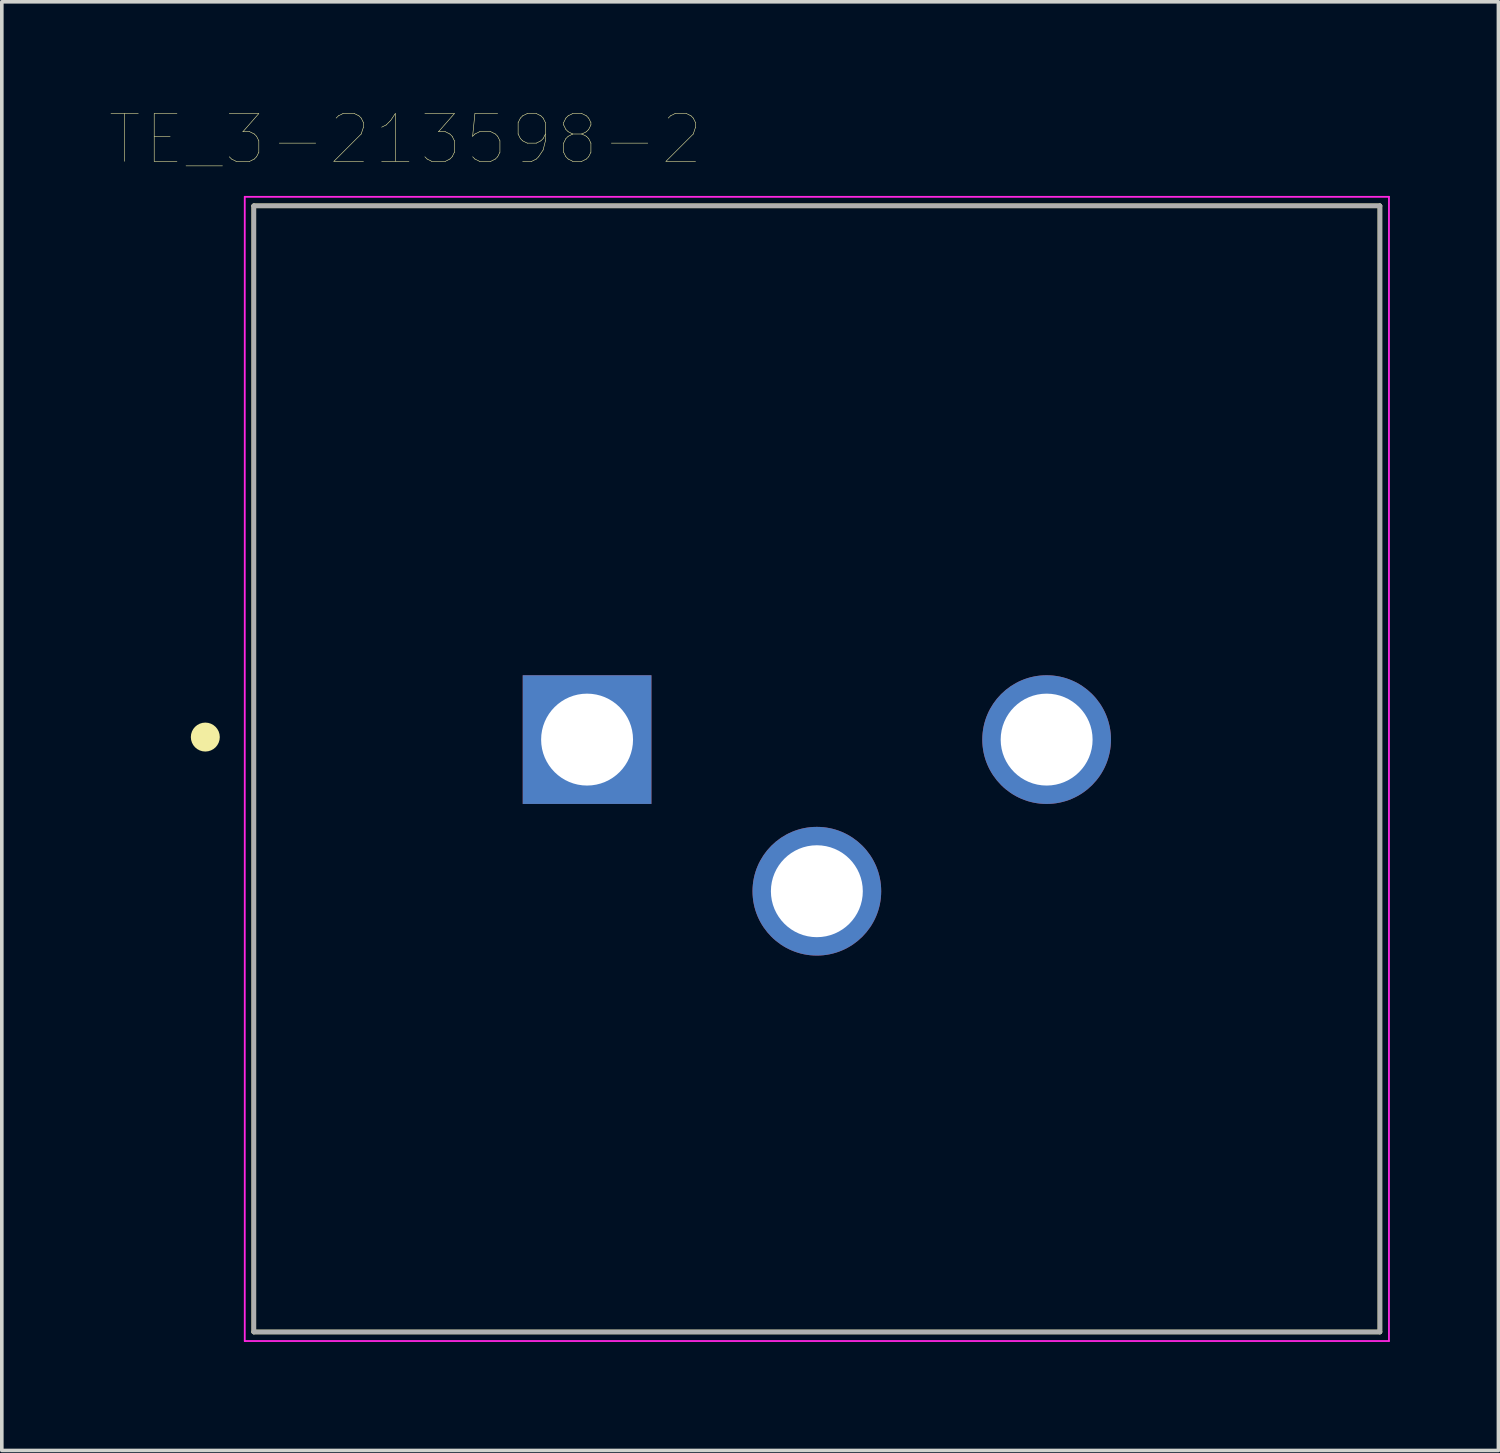
<source format=kicad_pcb>
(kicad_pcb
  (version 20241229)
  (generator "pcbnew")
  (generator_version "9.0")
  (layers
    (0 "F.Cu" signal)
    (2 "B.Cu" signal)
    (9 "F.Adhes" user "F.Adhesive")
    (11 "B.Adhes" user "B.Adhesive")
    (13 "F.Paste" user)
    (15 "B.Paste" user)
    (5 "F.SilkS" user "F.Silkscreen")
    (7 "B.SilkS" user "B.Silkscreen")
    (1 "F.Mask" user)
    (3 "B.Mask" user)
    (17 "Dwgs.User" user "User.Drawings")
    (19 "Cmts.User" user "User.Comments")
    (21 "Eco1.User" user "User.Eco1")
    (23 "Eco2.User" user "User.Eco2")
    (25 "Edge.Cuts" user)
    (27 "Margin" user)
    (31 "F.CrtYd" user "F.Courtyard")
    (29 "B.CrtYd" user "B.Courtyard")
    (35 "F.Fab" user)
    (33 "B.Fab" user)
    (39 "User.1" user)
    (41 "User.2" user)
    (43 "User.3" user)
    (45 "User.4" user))
  (footprint "TE_3-213598-2"
    (layer "F.Cu")
    (at 19.524 18.199)
    (property "Reference" "TE_3-213598-2" (at -11.367 -17.401 0) (layer "F.SilkS") (effects (font (size 1.32 1.32) (thickness 0.015))))
    (attr through_hole)
    (fp_line (start -15.56 -15.56) (end -15.56 15.56) (stroke (width 0.127) (type solid)) (layer "F.SilkS"))
    (fp_line (start -15.56 15.56) (end 15.56 15.56) (stroke (width 0.127) (type solid)) (layer "F.SilkS"))
    (fp_line (start 15.56 -15.56) (end -15.56 -15.56) (stroke (width 0.127) (type solid)) (layer "F.SilkS"))
    (fp_line (start 15.56 15.56) (end 15.56 -15.56) (stroke (width 0.127) (type solid)) (layer "F.SilkS"))
    (fp_circle (center -16.9 -0.88) (end -16.7 -0.88) (stroke (width 0.4) (type solid)) (fill no) (layer "F.SilkS"))
    (fp_line (start -15.81 -15.81) (end -15.81 15.81) (stroke (width 0.05) (type solid)) (layer "F.CrtYd"))
    (fp_line (start -15.81 15.81) (end 15.81 15.81) (stroke (width 0.05) (type solid)) (layer "F.CrtYd"))
    (fp_line (start 15.81 -15.81) (end -15.81 -15.81) (stroke (width 0.05) (type solid)) (layer "F.CrtYd"))
    (fp_line (start 15.81 15.81) (end 15.81 -15.81) (stroke (width 0.05) (type solid)) (layer "F.CrtYd"))
    (fp_line (start -15.56 -15.56) (end -15.56 15.56) (stroke (width 0.127) (type solid)) (layer "F.Fab"))
    (fp_line (start -15.56 15.56) (end 15.56 15.56) (stroke (width 0.127) (type solid)) (layer "F.Fab"))
    (fp_line (start 15.56 -15.56) (end -15.56 -15.56) (stroke (width 0.127) (type solid)) (layer "F.Fab"))
    (fp_line (start 15.56 15.56) (end 15.56 -15.56) (stroke (width 0.127) (type solid)) (layer "F.Fab"))
    (pad "1" thru_hole rect (at -6.35 -0.81) (size 3.556 3.556) (drill 2.54) (layers "*.Cu" "*.Mask"))
    (pad "2" thru_hole circle (at 6.35 -0.81) (size 3.556 3.556) (drill 2.54) (layers "*.Cu" "*.Mask"))
    (pad "3" thru_hole circle (at 0 3.38) (size 3.556 3.556) (drill 2.54) (layers "*.Cu" "*.Mask")))
  (gr_rect
    (start -3 -3)
    (end 38.359 37.034)
    (stroke (width 0.1) (type default))
    (fill no)
    (layer "Edge.Cuts")))
</source>
